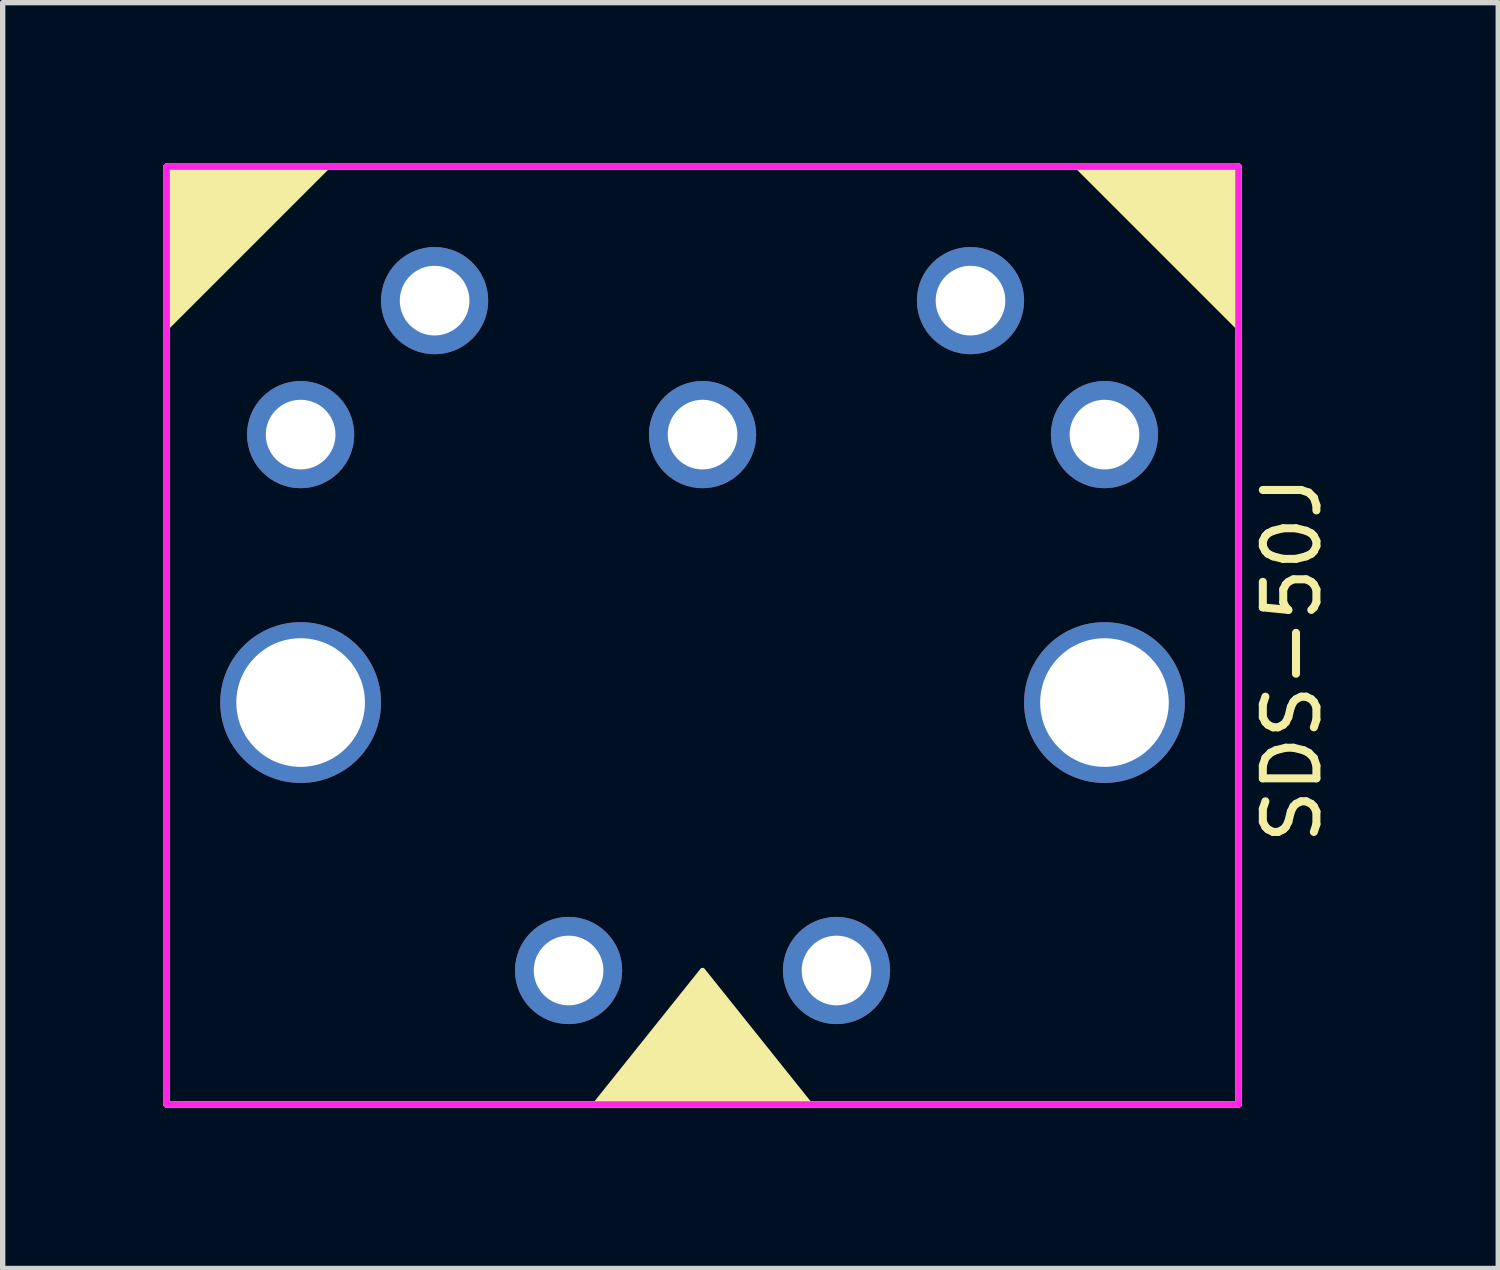
<source format=kicad_pcb>
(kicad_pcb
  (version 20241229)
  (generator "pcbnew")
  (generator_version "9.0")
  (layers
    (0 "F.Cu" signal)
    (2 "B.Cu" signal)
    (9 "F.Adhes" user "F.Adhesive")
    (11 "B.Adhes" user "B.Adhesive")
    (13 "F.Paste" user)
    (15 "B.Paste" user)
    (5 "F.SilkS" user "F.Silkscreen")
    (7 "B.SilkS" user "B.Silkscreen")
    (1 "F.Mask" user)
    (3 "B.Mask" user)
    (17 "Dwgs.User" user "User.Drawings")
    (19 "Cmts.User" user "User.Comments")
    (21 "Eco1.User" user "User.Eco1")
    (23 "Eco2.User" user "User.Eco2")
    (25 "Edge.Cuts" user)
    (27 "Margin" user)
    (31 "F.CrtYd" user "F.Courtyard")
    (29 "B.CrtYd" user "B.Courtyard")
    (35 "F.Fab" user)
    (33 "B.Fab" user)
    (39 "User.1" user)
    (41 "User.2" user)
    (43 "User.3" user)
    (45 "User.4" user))
  (footprint "SDS-50J"
    (layer "F.Cu")
    (at 10.06 10.06)
    (property "Reference" "SDS-50J" (at 11 -0.8 90) (layer "F.SilkS") (effects (font (size 1 1) (thickness 0.15))))
    (attr through_hole)
    (fp_line (start -10 -10) (end -10 7.5) (stroke (width 0.12) (type solid)) (layer "F.SilkS"))
    (fp_line (start -10 7.5) (end 10 7.5) (stroke (width 0.12) (type solid)) (layer "F.SilkS"))
    (fp_line (start 10 -10) (end -10 -10) (stroke (width 0.12) (type solid)) (layer "F.SilkS"))
    (fp_line (start 10 7.5) (end 10 -10) (stroke (width 0.12) (type solid)) (layer "F.SilkS"))
    (fp_poly (pts (xy -10 -7) (xy -10 -10) (xy -7 -10)) (stroke (width 0.1) (type solid)) (fill yes) (layer "F.SilkS"))
    (fp_poly (pts (xy 2 7.5) (xy -2 7.5) (xy 0 5)) (stroke (width 0.1) (type solid)) (fill yes) (layer "F.SilkS"))
    (fp_poly (pts (xy 7 -10) (xy 10 -10) (xy 10 -7)) (stroke (width 0.1) (type solid)) (fill yes) (layer "F.SilkS"))
    (fp_line (start -10 -10) (end -10 7.5) (stroke (width 0.12) (type solid)) (layer "F.CrtYd"))
    (fp_line (start -10 7.5) (end 10 7.5) (stroke (width 0.12) (type solid)) (layer "F.CrtYd"))
    (fp_line (start 10 -10) (end -10 -10) (stroke (width 0.12) (type solid)) (layer "F.CrtYd"))
    (fp_line (start 10 7.5) (end 10 -10) (stroke (width 0.12) (type solid)) (layer "F.CrtYd"))
    (pad "" np_thru_hole circle (at -7.5 0) (size 3 3) (drill 2.4) (layers "*.Cu" "*.Mask"))
    (pad "" np_thru_hole circle (at -2.5 5) (size 2 2) (drill 1.3) (layers "*.Cu" "*.Mask"))
    (pad "" np_thru_hole circle (at 2.5 5) (size 2 2) (drill 1.3) (layers "*.Cu" "*.Mask"))
    (pad "" np_thru_hole circle (at 7.5 0) (size 3 3) (drill 2.4) (layers "*.Cu" "*.Mask"))
    (pad "1" thru_hole circle (at 7.5 -5) (size 2 2) (drill 1.3) (layers "*.Cu" "*.Mask"))
    (pad "2" thru_hole circle (at 0 -5) (size 2 2) (drill 1.3) (layers "*.Cu" "*.Mask"))
    (pad "3" thru_hole circle (at -7.5 -5) (size 2 2) (drill 1.3) (layers "*.Cu" "*.Mask"))
    (pad "4" thru_hole circle (at 5 -7.5) (size 2 2) (drill 1.3) (layers "*.Cu" "*.Mask"))
    (pad "5" thru_hole circle (at -5 -7.5) (size 2 2) (drill 1.3) (layers "*.Cu" "*.Mask")))
  (gr_rect
    (start -3 -3)
    (end 24.908 20.62)
    (stroke (width 0.1) (type default))
    (fill no)
    (layer "Edge.Cuts")))
</source>
